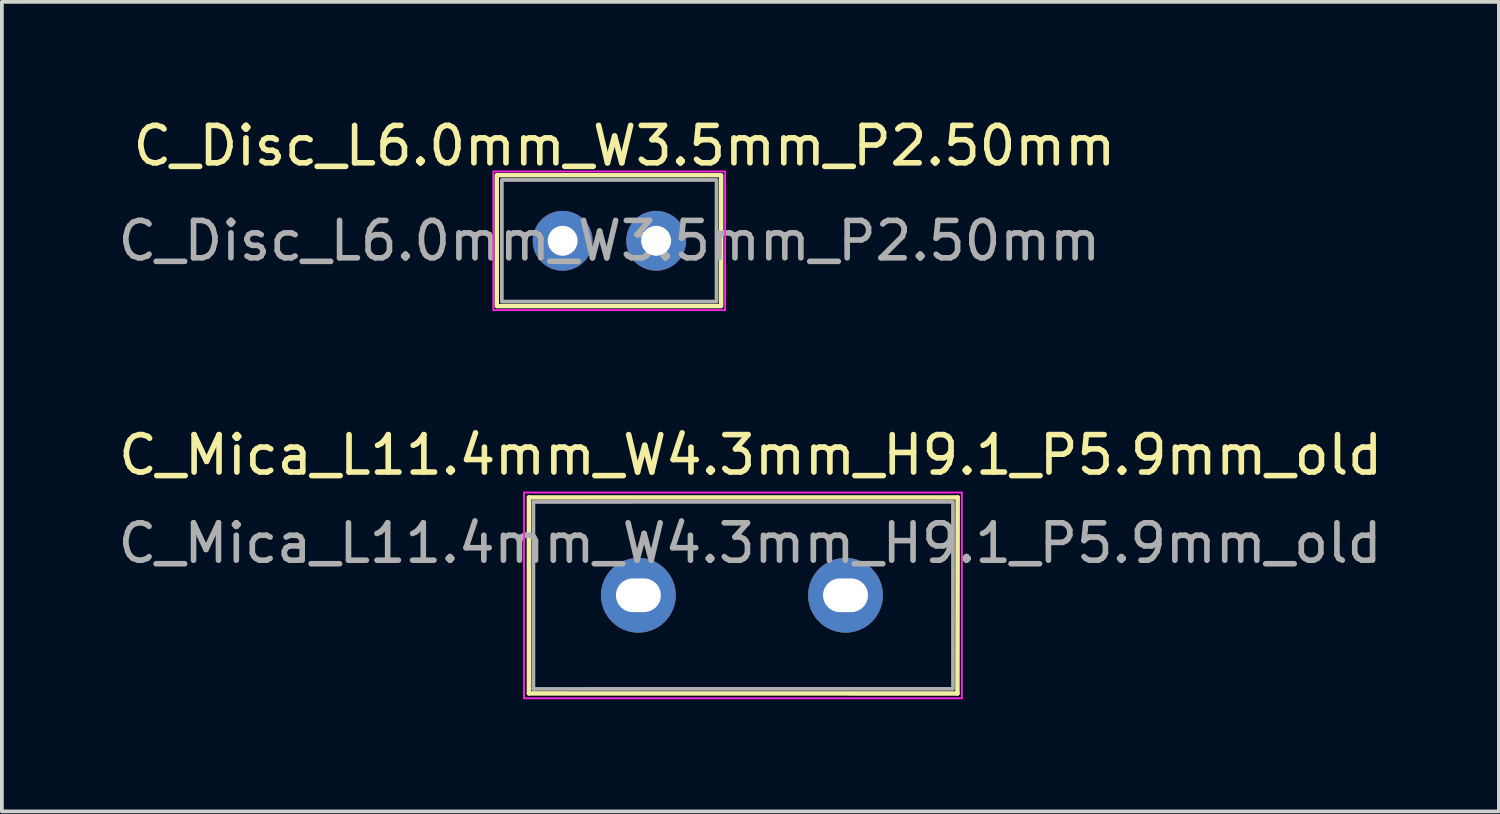
<source format=kicad_pcb>
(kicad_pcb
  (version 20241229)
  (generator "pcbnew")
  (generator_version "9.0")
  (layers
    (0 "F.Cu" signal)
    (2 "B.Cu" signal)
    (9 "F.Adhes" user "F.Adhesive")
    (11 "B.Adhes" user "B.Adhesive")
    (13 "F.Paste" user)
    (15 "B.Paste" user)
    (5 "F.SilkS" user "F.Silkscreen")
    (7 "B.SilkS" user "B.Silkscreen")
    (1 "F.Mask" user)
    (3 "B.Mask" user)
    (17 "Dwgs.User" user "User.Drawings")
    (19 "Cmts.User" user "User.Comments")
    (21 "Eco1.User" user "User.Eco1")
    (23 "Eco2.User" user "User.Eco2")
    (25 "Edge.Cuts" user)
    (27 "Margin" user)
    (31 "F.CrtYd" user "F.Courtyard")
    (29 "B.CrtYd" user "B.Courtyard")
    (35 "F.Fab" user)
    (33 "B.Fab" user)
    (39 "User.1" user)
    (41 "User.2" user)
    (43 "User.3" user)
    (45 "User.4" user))
  (footprint "C_Disc_L6.0mm_W3.5mm_P2.50mm"
    (layer "F.Cu")
    (at 11.994 3.388)
    (property "Reference" "C_Disc_L6.0mm_W3.5mm_P2.50mm" (at 1.651 -2.54 0) (layer "F.SilkS") (effects (font (size 1 1) (thickness 0.15))))
    (attr through_hole)
    (fp_rect (start -1.762 -1.754) (end 4.238 1.746) (stroke (width 0.12) (type solid)) (fill no) (layer "F.SilkS"))
    (fp_rect (start -1.854 -1.854) (end 4.343 1.854) (stroke (width 0.05) (type solid)) (fill no) (layer "F.CrtYd"))
    (fp_rect (start -1.626 -1.626) (end 4.115 1.626) (stroke (width 0.1) (type solid)) (fill no) (layer "F.Fab"))
    (fp_text user "${REFERENCE}" (at 1.25 0 0) (layer "F.Fab") (effects (font (size 1 1) (thickness 0.15))))
    (pad "1" thru_hole circle (at 0 0) (size 1.6 1.6) (drill 0.8) (layers "*.Cu" "*.Mask"))
    (pad "2" thru_hole circle (at 2.5 0) (size 1.6 1.6) (drill 0.8) (layers "*.Cu" "*.Mask")))
  (footprint "C_Mica_L11.4mm_W4.3mm_H9.1_P5.9mm_old"
    (layer "F.Cu")
    (at 13.846 12.866)
    (property "Reference" "C_Mica_L11.4mm_W4.3mm_H9.1_P5.9mm_old" (at 3.175 -3.75 0) (layer "F.SilkS") (effects (font (size 1 1) (thickness 0.15))))
    (attr through_hole)
    (fp_line (start -2.754 -2.616) (end -2.754 2.624) (stroke (width 0.12) (type solid)) (layer "F.SilkS"))
    (fp_line (start -2.754 -2.616) (end 8.71 -2.616) (stroke (width 0.12) (type solid)) (layer "F.SilkS"))
    (fp_line (start -2.754 2.624) (end 8.704 2.626) (stroke (width 0.12) (type solid)) (layer "F.SilkS"))
    (fp_line (start 8.71 -2.616) (end 8.704 2.626) (stroke (width 0.12) (type solid)) (layer "F.SilkS"))
    (fp_line (start -2.884 -2.746) (end -2.884 2.754) (stroke (width 0.05) (type solid)) (layer "F.CrtYd"))
    (fp_line (start -2.884 2.754) (end 8.823 2.754) (stroke (width 0.05) (type solid)) (layer "F.CrtYd"))
    (fp_line (start 8.823 -2.746) (end -2.884 -2.746) (stroke (width 0.05) (type solid)) (layer "F.CrtYd"))
    (fp_line (start 8.823 2.754) (end 8.823 -2.746) (stroke (width 0.05) (type solid)) (layer "F.CrtYd"))
    (fp_line (start -2.634 -2.496) (end -2.634 2.504) (stroke (width 0.1) (type solid)) (layer "F.Fab"))
    (fp_line (start -2.634 2.504) (end 8.559 2.502) (stroke (width 0.1) (type solid)) (layer "F.Fab"))
    (fp_line (start 8.559 -2.498) (end -2.634 -2.496) (stroke (width 0.1) (type solid)) (layer "F.Fab"))
    (fp_line (start 8.585 2.5) (end 8.585 -2.5) (stroke (width 0.1) (type solid)) (layer "F.Fab"))
    (fp_text user "${REFERENCE}" (at 3.16 -1.393 0) (layer "F.Fab") (effects (font (size 1 1) (thickness 0.15))))
    (pad "1" thru_hole circle (at 0.173 0.000287) (size 2 2) (drill oval 1.2 0.9) (layers "*.Cu" "*.Mask"))
    (pad "2" thru_hole circle (at 5.711 0.000287) (size 2 2) (drill oval 1.2 0.9) (layers "*.Cu" "*.Mask")))
  (gr_rect
    (start -3 -3)
    (end 37.027 18.645)
    (stroke (width 0.1) (type default))
    (fill no)
    (layer "Edge.Cuts")))
</source>
